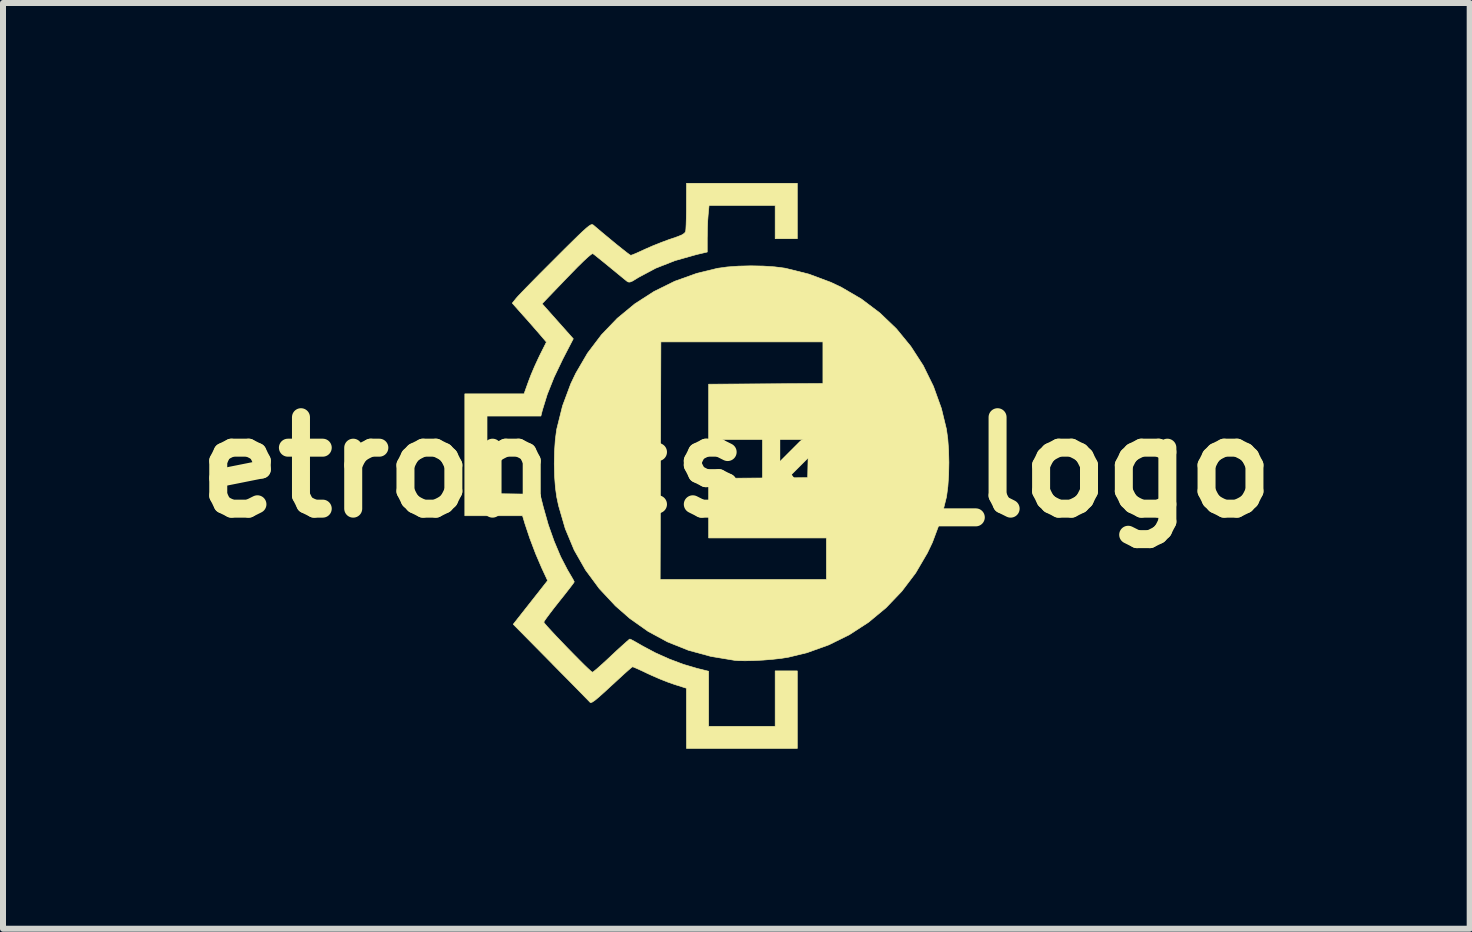
<source format=kicad_pcb>
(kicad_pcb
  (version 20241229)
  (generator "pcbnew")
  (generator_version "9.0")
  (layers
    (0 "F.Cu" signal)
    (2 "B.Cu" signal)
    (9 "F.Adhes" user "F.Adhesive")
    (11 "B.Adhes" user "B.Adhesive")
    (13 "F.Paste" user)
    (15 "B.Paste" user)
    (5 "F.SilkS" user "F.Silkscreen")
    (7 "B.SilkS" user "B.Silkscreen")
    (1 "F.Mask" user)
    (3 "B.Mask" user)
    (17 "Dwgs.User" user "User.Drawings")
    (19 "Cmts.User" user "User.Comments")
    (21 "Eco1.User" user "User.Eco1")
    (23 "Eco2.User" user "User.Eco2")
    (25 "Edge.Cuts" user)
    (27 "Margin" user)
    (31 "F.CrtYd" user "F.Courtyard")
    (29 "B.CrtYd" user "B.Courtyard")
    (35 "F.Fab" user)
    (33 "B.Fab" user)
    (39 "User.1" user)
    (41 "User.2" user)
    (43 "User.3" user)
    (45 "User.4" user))
  (footprint "etronicskh_logo"
    (layer "F.Cu")
    (at 9.224 4.739)
    (property "Reference" "etronicskh_logo" (at 0 0 0) (layer "F.SilkS") (effects (font (size 1.524 1.524) (thickness 0.3))))
    (attr through_hole)
    (fp_poly (pts (xy 0.448 -3.354) (xy 0.64 -3.341) (xy 0.803 -3.32) (xy 0.82 -3.317) (xy 1.209 -3.22) (xy 1.576 -3.083) (xy 1.751 -3) (xy 2.086 -2.804) (xy 2.392 -2.573) (xy 2.667 -2.31) (xy 2.908 -2.016) (xy 3.115 -1.696) (xy 3.285 -1.35) (xy 3.418 -0.981) (xy 3.502 -0.635) (xy 3.524 -0.476) (xy 3.538 -0.287) (xy 3.543 -0.081) (xy 3.539 0.125) (xy 3.526 0.317) (xy 3.505 0.48) (xy 3.502 0.496) (xy 3.405 0.886) (xy 3.268 1.253) (xy 3.185 1.427) (xy 2.989 1.762) (xy 2.758 2.067) (xy 2.495 2.342) (xy 2.203 2.584) (xy 1.884 2.791) (xy 1.542 2.96) (xy 1.18 3.09) (xy 0.868 3.166) (xy 0.749 3.185) (xy 0.605 3.201) (xy 0.448 3.214) (xy 0.291 3.222) (xy 0.147 3.225) (xy 0.028 3.223) (xy -0.023 3.219) (xy -0.426 3.152) (xy -0.8 3.05) (xy -1.147 2.911) (xy -1.472 2.735) (xy -1.776 2.52) (xy -2.016 2.31) (xy -2.285 2.022) (xy -2.397 1.87) (xy -1.27 1.87) (xy 1.501 1.87) (xy 1.501 1.178) (xy -0.462 1.178) (xy -0.462 0.185) (xy 1.189 0.173) (xy 1.202 -0.462) (xy -0.462 -0.462) (xy -0.462 -1.385) (xy 1.443 -1.397) (xy 1.443 -2.09) (xy -1.258 -2.09) (xy -1.264 -0.11) (xy -1.27 1.87) (xy -2.397 1.87) (xy -2.514 1.712) (xy -2.703 1.38) (xy -2.852 1.023) (xy -2.963 0.641) (xy -2.994 0.496) (xy -3.016 0.337) (xy -3.03 0.148) (xy -3.035 -0.057) (xy -3.031 -0.263) (xy -3.018 -0.455) (xy -2.997 -0.619) (xy -2.994 -0.635) (xy -2.897 -1.024) (xy -2.76 -1.392) (xy -2.677 -1.566) (xy -2.481 -1.902) (xy -2.249 -2.208) (xy -1.986 -2.482) (xy -1.693 -2.724) (xy -1.373 -2.93) (xy -1.027 -3.101) (xy -0.658 -3.233) (xy -0.312 -3.317) (xy -0.153 -3.339) (xy 0.037 -3.353) (xy 0.242 -3.358) (xy 0.448 -3.354)) (stroke (width 0.01) (type solid)) (fill yes) (layer "F.SilkS"))
    (fp_poly (pts (xy 1.016 -3.81) (xy 0.647 -3.81) (xy 0.647 -4.364) (xy -0.455 -4.364) (xy -0.47 -4.208) (xy -0.477 -4.113) (xy -0.482 -3.992) (xy -0.484 -3.867) (xy -0.485 -3.82) (xy -0.485 -3.588) (xy -0.664 -3.546) (xy -1.022 -3.445) (xy -1.343 -3.319) (xy -1.628 -3.167) (xy -1.659 -3.148) (xy -1.729 -3.105) (xy -1.774 -3.087) (xy -1.804 -3.089) (xy -1.821 -3.099) (xy -1.852 -3.124) (xy -1.911 -3.172) (xy -1.99 -3.237) (xy -2.083 -3.313) (xy -2.113 -3.338) (xy -2.206 -3.414) (xy -2.288 -3.48) (xy -2.351 -3.531) (xy -2.388 -3.559) (xy -2.393 -3.563) (xy -2.417 -3.551) (xy -2.469 -3.509) (xy -2.546 -3.438) (xy -2.645 -3.341) (xy -2.762 -3.221) (xy -2.829 -3.152) (xy -3.238 -2.726) (xy -2.718 -2.142) (xy -2.893 -1.804) (xy -3.038 -1.501) (xy -3.152 -1.215) (xy -3.233 -0.953) (xy -3.258 -0.854) (xy -4.156 -0.854) (xy -4.156 0.438) (xy -3.714 0.444) (xy -3.272 0.45) (xy -3.217 0.667) (xy -3.135 0.957) (xy -3.037 1.234) (xy -2.929 1.49) (xy -2.814 1.712) (xy -2.791 1.751) (xy -2.748 1.824) (xy -2.716 1.88) (xy -2.702 1.909) (xy -2.702 1.91) (xy -2.715 1.931) (xy -2.753 1.982) (xy -2.811 2.057) (xy -2.884 2.15) (xy -2.956 2.24) (xy -3.038 2.344) (xy -3.109 2.437) (xy -3.165 2.512) (xy -3.2 2.563) (xy -3.21 2.582) (xy -3.194 2.605) (xy -3.151 2.655) (xy -3.086 2.726) (xy -3.005 2.813) (xy -2.912 2.91) (xy -2.813 3.013) (xy -2.714 3.114) (xy -2.62 3.209) (xy -2.536 3.293) (xy -2.467 3.359) (xy -2.42 3.402) (xy -2.398 3.417) (xy -2.376 3.402) (xy -2.325 3.36) (xy -2.254 3.297) (xy -2.166 3.217) (xy -2.084 3.14) (xy -1.988 3.05) (xy -1.903 2.973) (xy -1.835 2.912) (xy -1.791 2.874) (xy -1.775 2.863) (xy -1.75 2.874) (xy -1.694 2.904) (xy -1.617 2.948) (xy -1.556 2.983) (xy -1.349 3.093) (xy -1.119 3.196) (xy -0.886 3.284) (xy -0.669 3.348) (xy -0.668 3.349) (xy -0.462 3.4) (xy -0.462 4.318) (xy 0.647 4.318) (xy 0.647 3.394) (xy 1.016 3.394) (xy 1.016 4.687) (xy -0.831 4.687) (xy -0.832 4.185) (xy -0.832 3.683) (xy -1.034 3.619) (xy -1.145 3.58) (xy -1.276 3.528) (xy -1.407 3.471) (xy -1.475 3.44) (xy -1.571 3.394) (xy -1.652 3.357) (xy -1.708 3.333) (xy -1.73 3.325) (xy -1.751 3.34) (xy -1.8 3.382) (xy -1.872 3.446) (xy -1.961 3.528) (xy -2.063 3.622) (xy -2.079 3.636) (xy -2.2 3.748) (xy -2.292 3.83) (xy -2.358 3.885) (xy -2.403 3.915) (xy -2.429 3.923) (xy -2.437 3.919) (xy -2.458 3.897) (xy -2.508 3.846) (xy -2.583 3.769) (xy -2.68 3.67) (xy -2.794 3.554) (xy -2.923 3.424) (xy -3.062 3.283) (xy -3.09 3.254) (xy -3.719 2.617) (xy -3.146 1.889) (xy -3.244 1.678) (xy -3.346 1.44) (xy -3.444 1.181) (xy -3.524 0.941) (xy -3.564 0.808) (xy -4.526 0.808) (xy -4.526 -1.224) (xy -3.539 -1.224) (xy -3.465 -1.43) (xy -3.421 -1.545) (xy -3.364 -1.679) (xy -3.304 -1.809) (xy -3.279 -1.862) (xy -3.166 -2.087) (xy -3.266 -2.204) (xy -3.323 -2.27) (xy -3.4 -2.358) (xy -3.485 -2.455) (xy -3.551 -2.528) (xy -3.735 -2.736) (xy -3.67 -2.817) (xy -3.639 -2.852) (xy -3.579 -2.915) (xy -3.495 -3.002) (xy -3.39 -3.109) (xy -3.27 -3.231) (xy -3.138 -3.363) (xy -3.016 -3.485) (xy -2.861 -3.64) (xy -2.735 -3.764) (xy -2.636 -3.861) (xy -2.558 -3.935) (xy -2.5 -3.987) (xy -2.458 -4.021) (xy -2.428 -4.04) (xy -2.408 -4.046) (xy -2.393 -4.043) (xy -2.385 -4.038) (xy -2.249 -3.923) (xy -2.12 -3.816) (xy -2.004 -3.72) (xy -1.905 -3.641) (xy -1.829 -3.581) (xy -1.778 -3.543) (xy -1.759 -3.533) (xy -1.731 -3.542) (xy -1.67 -3.567) (xy -1.588 -3.604) (xy -1.521 -3.635) (xy -1.396 -3.69) (xy -1.253 -3.747) (xy -1.119 -3.797) (xy -1.082 -3.809) (xy -0.975 -3.846) (xy -0.905 -3.875) (xy -0.865 -3.902) (xy -0.847 -3.928) (xy -0.845 -3.933) (xy -0.841 -3.972) (xy -0.837 -4.049) (xy -0.834 -4.154) (xy -0.832 -4.277) (xy -0.832 -4.358) (xy -0.831 -4.734) (xy 1.016 -4.734) (xy 1.016 -3.81)) (stroke (width 0.01) (type solid)) (fill yes) (layer "F.SilkS")))
  (gr_rect
    (start -3 -3)
    (end 21.448 12.431)
    (stroke (width 0.1) (type default))
    (fill no)
    (layer "Edge.Cuts")))
</source>
